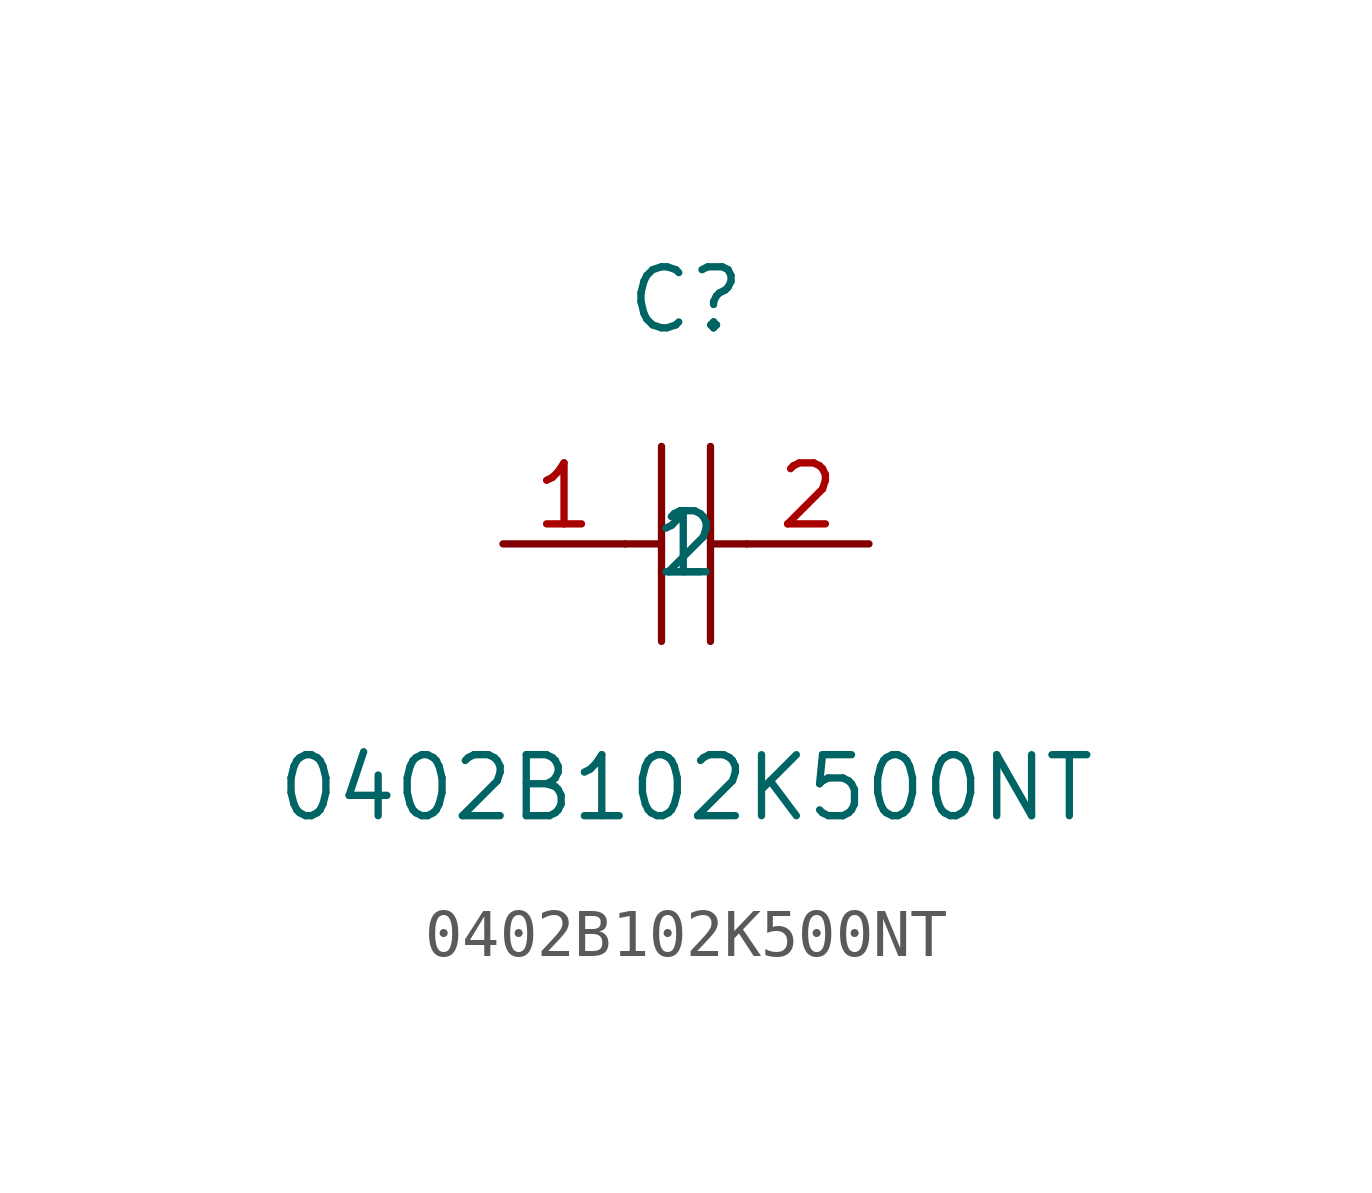
<source format=kicad_sym>
(kicad_symbol_lib
  (version 20211014)
  (generator https://github.com/uPesy/easyeda2kicad.py)
  (symbol "0402B102K500NT"
    (property "Reference" "C"
      (at 0 5.08 0)
      (effects (font (size 1.27 1.27))))
    (property "Value" "0402B102K500NT"
      (at 0 -5.08 0)
      (effects (font (size 1.27 1.27))))
    (symbol "0402B102K500NT_0_1"
      (polyline (pts (xy -0.51 2.03) (xy -0.51 -2.03)) (stroke (width 0) (type default) (color 0 0 0 0)) (fill (type none)))
      (polyline (pts (xy 0.51 2.03) (xy 0.51 -2.03)) (stroke (width 0) (type default) (color 0 0 0 0)) (fill (type none)))
      (polyline (pts (xy -1.27 -0.00) (xy -0.51 -0.00)) (stroke (width 0) (type default) (color 0 0 0 0)) (fill (type none)))
      (polyline (pts (xy 0.51 -0.00) (xy 1.27 -0.00)) (stroke (width 0) (type default) (color 0 0 0 0)) (fill (type none)))
      (pin input line (at -3.81 -0.00 0) (length 2.54) (name "1" (effects (font (size 1.27 1.27)))) (number "1" (effects (font (size 1.27 1.27)))))
      (pin input line (at 3.81 -0.00 180) (length 2.54) (name "2" (effects (font (size 1.27 1.27)))) (number "2" (effects (font (size 1.27 1.27))))))))
</source>
